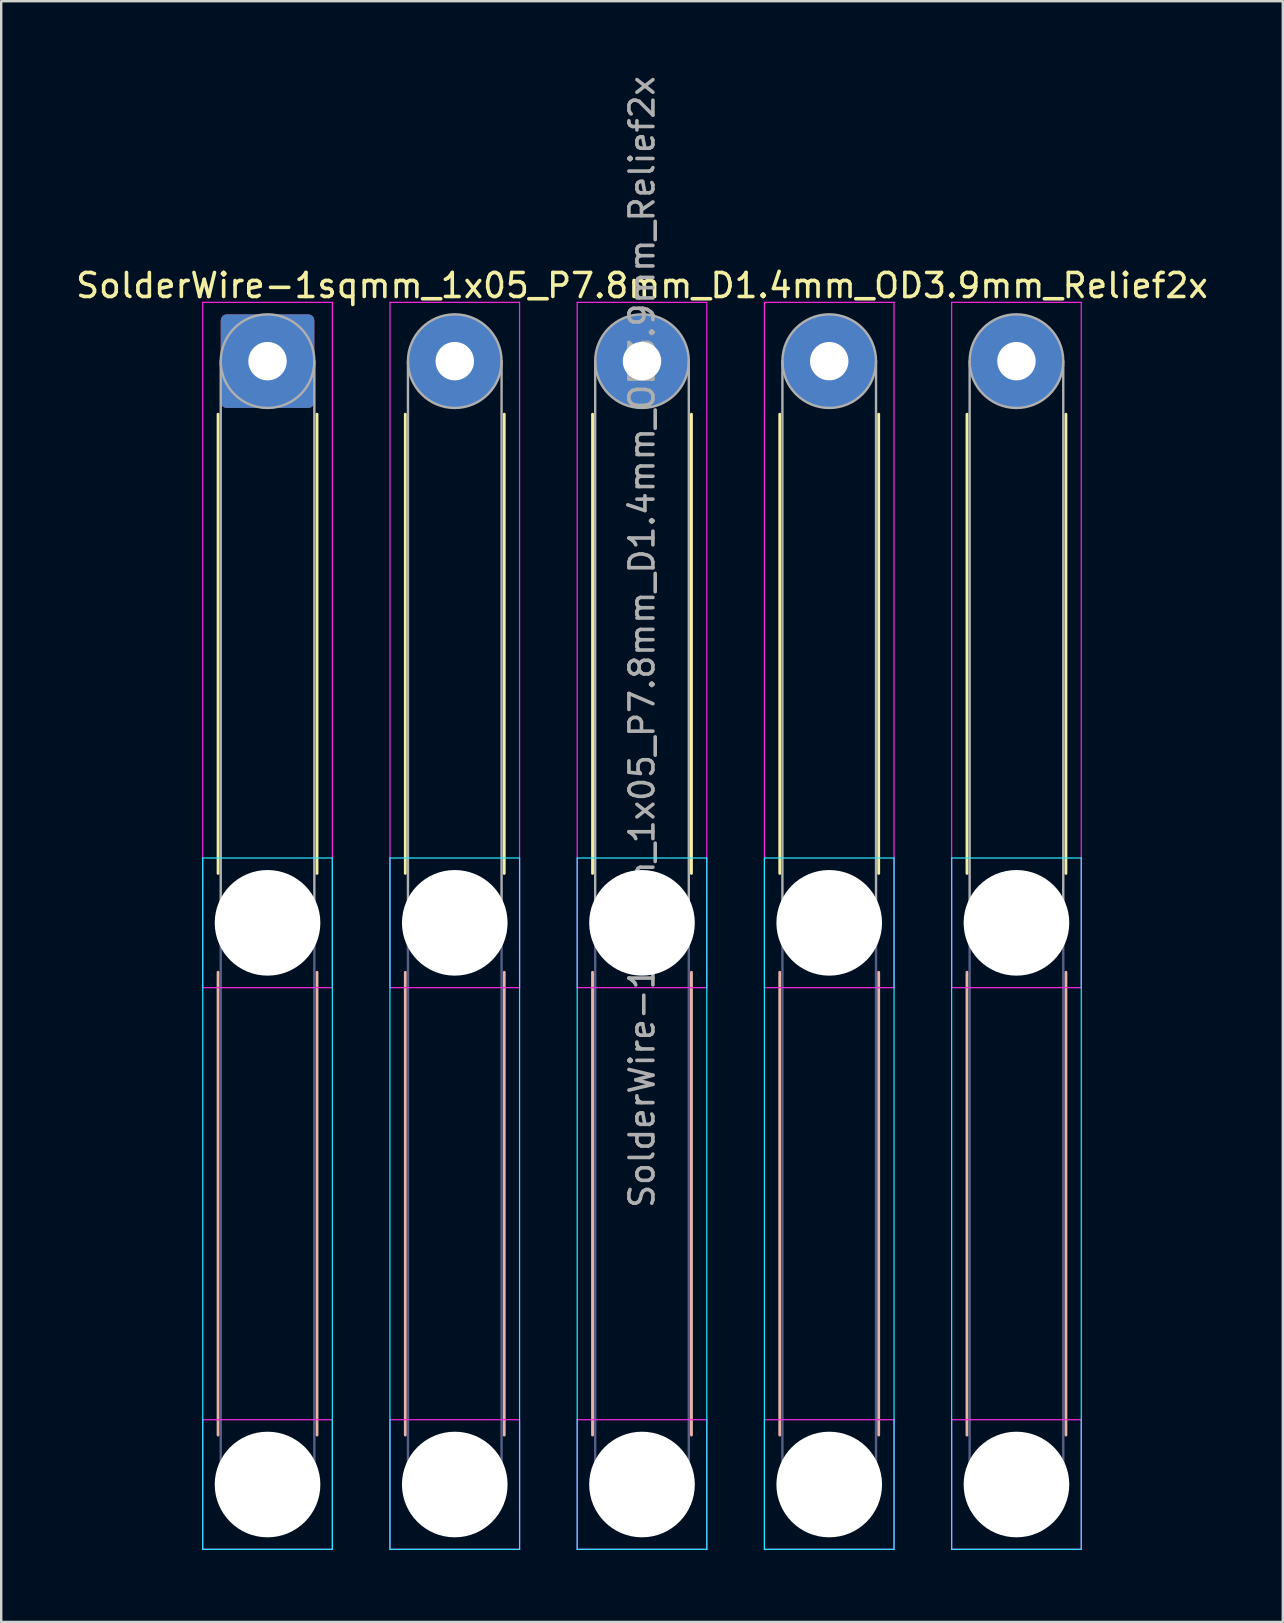
<source format=kicad_pcb>
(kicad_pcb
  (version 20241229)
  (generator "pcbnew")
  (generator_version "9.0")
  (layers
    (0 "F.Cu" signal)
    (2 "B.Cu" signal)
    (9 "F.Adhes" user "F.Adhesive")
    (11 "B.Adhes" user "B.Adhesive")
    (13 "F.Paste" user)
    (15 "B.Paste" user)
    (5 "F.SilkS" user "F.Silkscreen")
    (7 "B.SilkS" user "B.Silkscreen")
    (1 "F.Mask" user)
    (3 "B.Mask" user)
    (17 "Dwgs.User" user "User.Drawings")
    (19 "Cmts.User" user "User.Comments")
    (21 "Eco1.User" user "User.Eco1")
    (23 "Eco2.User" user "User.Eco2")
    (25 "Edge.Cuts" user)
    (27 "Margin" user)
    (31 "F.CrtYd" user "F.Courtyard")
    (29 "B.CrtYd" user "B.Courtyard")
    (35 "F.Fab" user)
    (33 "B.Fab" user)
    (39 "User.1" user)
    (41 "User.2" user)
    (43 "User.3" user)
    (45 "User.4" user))
  (footprint "SolderWire-1sqmm_1x05_P7.8mm_D1.4mm_OD3.9mm_Relief2x"
    (layer "F.Cu")
    (at 8.096 11.996)
    (property "Reference" "SolderWire-1sqmm_1x05_P7.8mm_D1.4mm_OD3.9mm_Relief2x" (at 15.6 -3.15 0) (layer "F.SilkS") (effects (font (size 1 1) (thickness 0.15))))
    (attr exclude_from_pos_files exclude_from_bom)
    (fp_line (start -2.06 2.21) (end -2.06 21.34) (stroke (width 0.12) (type solid)) (layer "F.SilkS"))
    (fp_line (start 2.06 2.21) (end 2.06 21.34) (stroke (width 0.12) (type solid)) (layer "F.SilkS"))
    (fp_line (start 5.74 2.21) (end 5.74 21.34) (stroke (width 0.12) (type solid)) (layer "F.SilkS"))
    (fp_line (start 9.86 2.21) (end 9.86 21.34) (stroke (width 0.12) (type solid)) (layer "F.SilkS"))
    (fp_line (start 13.54 2.21) (end 13.54 21.34) (stroke (width 0.12) (type solid)) (layer "F.SilkS"))
    (fp_line (start 17.66 2.21) (end 17.66 21.34) (stroke (width 0.12) (type solid)) (layer "F.SilkS"))
    (fp_line (start 21.34 2.21) (end 21.34 21.34) (stroke (width 0.12) (type solid)) (layer "F.SilkS"))
    (fp_line (start 25.46 2.21) (end 25.46 21.34) (stroke (width 0.12) (type solid)) (layer "F.SilkS"))
    (fp_line (start 29.14 2.21) (end 29.14 21.34) (stroke (width 0.12) (type solid)) (layer "F.SilkS"))
    (fp_line (start 33.26 2.21) (end 33.26 21.34) (stroke (width 0.12) (type solid)) (layer "F.SilkS"))
    (fp_line (start -2.06 25.46) (end -2.06 44.74) (stroke (width 0.12) (type solid)) (layer "B.SilkS"))
    (fp_line (start 2.06 25.46) (end 2.06 44.74) (stroke (width 0.12) (type solid)) (layer "B.SilkS"))
    (fp_line (start 5.74 25.46) (end 5.74 44.74) (stroke (width 0.12) (type solid)) (layer "B.SilkS"))
    (fp_line (start 9.86 25.46) (end 9.86 44.74) (stroke (width 0.12) (type solid)) (layer "B.SilkS"))
    (fp_line (start 13.54 25.46) (end 13.54 44.74) (stroke (width 0.12) (type solid)) (layer "B.SilkS"))
    (fp_line (start 17.66 25.46) (end 17.66 44.74) (stroke (width 0.12) (type solid)) (layer "B.SilkS"))
    (fp_line (start 21.34 25.46) (end 21.34 44.74) (stroke (width 0.12) (type solid)) (layer "B.SilkS"))
    (fp_line (start 25.46 25.46) (end 25.46 44.74) (stroke (width 0.12) (type solid)) (layer "B.SilkS"))
    (fp_line (start 29.14 25.46) (end 29.14 44.74) (stroke (width 0.12) (type solid)) (layer "B.SilkS"))
    (fp_line (start 33.26 25.46) (end 33.26 44.74) (stroke (width 0.12) (type solid)) (layer "B.SilkS"))
    (fp_line (start -2.7 20.7) (end -2.7 49.5) (stroke (width 0.05) (type solid)) (layer "B.CrtYd"))
    (fp_line (start -2.7 49.5) (end 2.7 49.5) (stroke (width 0.05) (type solid)) (layer "B.CrtYd"))
    (fp_line (start 2.7 20.7) (end -2.7 20.7) (stroke (width 0.05) (type solid)) (layer "B.CrtYd"))
    (fp_line (start 2.7 49.5) (end 2.7 20.7) (stroke (width 0.05) (type solid)) (layer "B.CrtYd"))
    (fp_line (start 5.1 20.7) (end 5.1 49.5) (stroke (width 0.05) (type solid)) (layer "B.CrtYd"))
    (fp_line (start 5.1 49.5) (end 10.5 49.5) (stroke (width 0.05) (type solid)) (layer "B.CrtYd"))
    (fp_line (start 10.5 20.7) (end 5.1 20.7) (stroke (width 0.05) (type solid)) (layer "B.CrtYd"))
    (fp_line (start 10.5 49.5) (end 10.5 20.7) (stroke (width 0.05) (type solid)) (layer "B.CrtYd"))
    (fp_line (start 12.9 20.7) (end 12.9 49.5) (stroke (width 0.05) (type solid)) (layer "B.CrtYd"))
    (fp_line (start 12.9 49.5) (end 18.3 49.5) (stroke (width 0.05) (type solid)) (layer "B.CrtYd"))
    (fp_line (start 18.3 20.7) (end 12.9 20.7) (stroke (width 0.05) (type solid)) (layer "B.CrtYd"))
    (fp_line (start 18.3 49.5) (end 18.3 20.7) (stroke (width 0.05) (type solid)) (layer "B.CrtYd"))
    (fp_line (start 20.7 20.7) (end 20.7 49.5) (stroke (width 0.05) (type solid)) (layer "B.CrtYd"))
    (fp_line (start 20.7 49.5) (end 26.1 49.5) (stroke (width 0.05) (type solid)) (layer "B.CrtYd"))
    (fp_line (start 26.1 20.7) (end 20.7 20.7) (stroke (width 0.05) (type solid)) (layer "B.CrtYd"))
    (fp_line (start 26.1 49.5) (end 26.1 20.7) (stroke (width 0.05) (type solid)) (layer "B.CrtYd"))
    (fp_line (start 28.5 20.7) (end 28.5 49.5) (stroke (width 0.05) (type solid)) (layer "B.CrtYd"))
    (fp_line (start 28.5 49.5) (end 33.9 49.5) (stroke (width 0.05) (type solid)) (layer "B.CrtYd"))
    (fp_line (start 33.9 20.7) (end 28.5 20.7) (stroke (width 0.05) (type solid)) (layer "B.CrtYd"))
    (fp_line (start 33.9 49.5) (end 33.9 20.7) (stroke (width 0.05) (type solid)) (layer "B.CrtYd"))
    (fp_line (start -2.7 -2.45) (end -2.7 26.1) (stroke (width 0.05) (type solid)) (layer "F.CrtYd"))
    (fp_line (start -2.7 26.1) (end 2.7 26.1) (stroke (width 0.05) (type solid)) (layer "F.CrtYd"))
    (fp_line (start -2.7 44.1) (end -2.7 49.5) (stroke (width 0.05) (type solid)) (layer "F.CrtYd"))
    (fp_line (start -2.7 49.5) (end 2.7 49.5) (stroke (width 0.05) (type solid)) (layer "F.CrtYd"))
    (fp_line (start 2.7 -2.45) (end -2.7 -2.45) (stroke (width 0.05) (type solid)) (layer "F.CrtYd"))
    (fp_line (start 2.7 26.1) (end 2.7 -2.45) (stroke (width 0.05) (type solid)) (layer "F.CrtYd"))
    (fp_line (start 2.7 44.1) (end -2.7 44.1) (stroke (width 0.05) (type solid)) (layer "F.CrtYd"))
    (fp_line (start 2.7 49.5) (end 2.7 44.1) (stroke (width 0.05) (type solid)) (layer "F.CrtYd"))
    (fp_line (start 5.1 -2.45) (end 5.1 26.1) (stroke (width 0.05) (type solid)) (layer "F.CrtYd"))
    (fp_line (start 5.1 26.1) (end 10.5 26.1) (stroke (width 0.05) (type solid)) (layer "F.CrtYd"))
    (fp_line (start 5.1 44.1) (end 5.1 49.5) (stroke (width 0.05) (type solid)) (layer "F.CrtYd"))
    (fp_line (start 5.1 49.5) (end 10.5 49.5) (stroke (width 0.05) (type solid)) (layer "F.CrtYd"))
    (fp_line (start 10.5 -2.45) (end 5.1 -2.45) (stroke (width 0.05) (type solid)) (layer "F.CrtYd"))
    (fp_line (start 10.5 26.1) (end 10.5 -2.45) (stroke (width 0.05) (type solid)) (layer "F.CrtYd"))
    (fp_line (start 10.5 44.1) (end 5.1 44.1) (stroke (width 0.05) (type solid)) (layer "F.CrtYd"))
    (fp_line (start 10.5 49.5) (end 10.5 44.1) (stroke (width 0.05) (type solid)) (layer "F.CrtYd"))
    (fp_line (start 12.9 -2.45) (end 12.9 26.1) (stroke (width 0.05) (type solid)) (layer "F.CrtYd"))
    (fp_line (start 12.9 26.1) (end 18.3 26.1) (stroke (width 0.05) (type solid)) (layer "F.CrtYd"))
    (fp_line (start 12.9 44.1) (end 12.9 49.5) (stroke (width 0.05) (type solid)) (layer "F.CrtYd"))
    (fp_line (start 12.9 49.5) (end 18.3 49.5) (stroke (width 0.05) (type solid)) (layer "F.CrtYd"))
    (fp_line (start 18.3 -2.45) (end 12.9 -2.45) (stroke (width 0.05) (type solid)) (layer "F.CrtYd"))
    (fp_line (start 18.3 26.1) (end 18.3 -2.45) (stroke (width 0.05) (type solid)) (layer "F.CrtYd"))
    (fp_line (start 18.3 44.1) (end 12.9 44.1) (stroke (width 0.05) (type solid)) (layer "F.CrtYd"))
    (fp_line (start 18.3 49.5) (end 18.3 44.1) (stroke (width 0.05) (type solid)) (layer "F.CrtYd"))
    (fp_line (start 20.7 -2.45) (end 20.7 26.1) (stroke (width 0.05) (type solid)) (layer "F.CrtYd"))
    (fp_line (start 20.7 26.1) (end 26.1 26.1) (stroke (width 0.05) (type solid)) (layer "F.CrtYd"))
    (fp_line (start 20.7 44.1) (end 20.7 49.5) (stroke (width 0.05) (type solid)) (layer "F.CrtYd"))
    (fp_line (start 20.7 49.5) (end 26.1 49.5) (stroke (width 0.05) (type solid)) (layer "F.CrtYd"))
    (fp_line (start 26.1 -2.45) (end 20.7 -2.45) (stroke (width 0.05) (type solid)) (layer "F.CrtYd"))
    (fp_line (start 26.1 26.1) (end 26.1 -2.45) (stroke (width 0.05) (type solid)) (layer "F.CrtYd"))
    (fp_line (start 26.1 44.1) (end 20.7 44.1) (stroke (width 0.05) (type solid)) (layer "F.CrtYd"))
    (fp_line (start 26.1 49.5) (end 26.1 44.1) (stroke (width 0.05) (type solid)) (layer "F.CrtYd"))
    (fp_line (start 28.5 -2.45) (end 28.5 26.1) (stroke (width 0.05) (type solid)) (layer "F.CrtYd"))
    (fp_line (start 28.5 26.1) (end 33.9 26.1) (stroke (width 0.05) (type solid)) (layer "F.CrtYd"))
    (fp_line (start 28.5 44.1) (end 28.5 49.5) (stroke (width 0.05) (type solid)) (layer "F.CrtYd"))
    (fp_line (start 28.5 49.5) (end 33.9 49.5) (stroke (width 0.05) (type solid)) (layer "F.CrtYd"))
    (fp_line (start 33.9 -2.45) (end 28.5 -2.45) (stroke (width 0.05) (type solid)) (layer "F.CrtYd"))
    (fp_line (start 33.9 26.1) (end 33.9 -2.45) (stroke (width 0.05) (type solid)) (layer "F.CrtYd"))
    (fp_line (start 33.9 44.1) (end 28.5 44.1) (stroke (width 0.05) (type solid)) (layer "F.CrtYd"))
    (fp_line (start 33.9 49.5) (end 33.9 44.1) (stroke (width 0.05) (type solid)) (layer "F.CrtYd"))
    (fp_line (start -1.95 23.4) (end -1.95 46.8) (stroke (width 0.1) (type solid)) (layer "B.Fab"))
    (fp_line (start 1.95 23.4) (end 1.95 46.8) (stroke (width 0.1) (type solid)) (layer "B.Fab"))
    (fp_line (start 5.85 23.4) (end 5.85 46.8) (stroke (width 0.1) (type solid)) (layer "B.Fab"))
    (fp_line (start 9.75 23.4) (end 9.75 46.8) (stroke (width 0.1) (type solid)) (layer "B.Fab"))
    (fp_line (start 13.65 23.4) (end 13.65 46.8) (stroke (width 0.1) (type solid)) (layer "B.Fab"))
    (fp_line (start 17.55 23.4) (end 17.55 46.8) (stroke (width 0.1) (type solid)) (layer "B.Fab"))
    (fp_line (start 21.45 23.4) (end 21.45 46.8) (stroke (width 0.1) (type solid)) (layer "B.Fab"))
    (fp_line (start 25.35 23.4) (end 25.35 46.8) (stroke (width 0.1) (type solid)) (layer "B.Fab"))
    (fp_line (start 29.25 23.4) (end 29.25 46.8) (stroke (width 0.1) (type solid)) (layer "B.Fab"))
    (fp_line (start 33.15 23.4) (end 33.15 46.8) (stroke (width 0.1) (type solid)) (layer "B.Fab"))
    (fp_circle (center 0 23.4) (end 1.95 23.4) (stroke (width 0.1) (type solid)) (fill no) (layer "B.Fab"))
    (fp_circle (center 0 46.8) (end 1.95 46.8) (stroke (width 0.1) (type solid)) (fill no) (layer "B.Fab"))
    (fp_circle (center 7.8 23.4) (end 9.75 23.4) (stroke (width 0.1) (type solid)) (fill no) (layer "B.Fab"))
    (fp_circle (center 7.8 46.8) (end 9.75 46.8) (stroke (width 0.1) (type solid)) (fill no) (layer "B.Fab"))
    (fp_circle (center 15.6 23.4) (end 17.55 23.4) (stroke (width 0.1) (type solid)) (fill no) (layer "B.Fab"))
    (fp_circle (center 15.6 46.8) (end 17.55 46.8) (stroke (width 0.1) (type solid)) (fill no) (layer "B.Fab"))
    (fp_circle (center 23.4 23.4) (end 25.35 23.4) (stroke (width 0.1) (type solid)) (fill no) (layer "B.Fab"))
    (fp_circle (center 23.4 46.8) (end 25.35 46.8) (stroke (width 0.1) (type solid)) (fill no) (layer "B.Fab"))
    (fp_circle (center 31.2 23.4) (end 33.15 23.4) (stroke (width 0.1) (type solid)) (fill no) (layer "B.Fab"))
    (fp_circle (center 31.2 46.8) (end 33.15 46.8) (stroke (width 0.1) (type solid)) (fill no) (layer "B.Fab"))
    (fp_line (start -1.95 0) (end -1.95 23.4) (stroke (width 0.1) (type solid)) (layer "F.Fab"))
    (fp_line (start 1.95 0) (end 1.95 23.4) (stroke (width 0.1) (type solid)) (layer "F.Fab"))
    (fp_line (start 5.85 0) (end 5.85 23.4) (stroke (width 0.1) (type solid)) (layer "F.Fab"))
    (fp_line (start 9.75 0) (end 9.75 23.4) (stroke (width 0.1) (type solid)) (layer "F.Fab"))
    (fp_line (start 13.65 0) (end 13.65 23.4) (stroke (width 0.1) (type solid)) (layer "F.Fab"))
    (fp_line (start 17.55 0) (end 17.55 23.4) (stroke (width 0.1) (type solid)) (layer "F.Fab"))
    (fp_line (start 21.45 0) (end 21.45 23.4) (stroke (width 0.1) (type solid)) (layer "F.Fab"))
    (fp_line (start 25.35 0) (end 25.35 23.4) (stroke (width 0.1) (type solid)) (layer "F.Fab"))
    (fp_line (start 29.25 0) (end 29.25 23.4) (stroke (width 0.1) (type solid)) (layer "F.Fab"))
    (fp_line (start 33.15 0) (end 33.15 23.4) (stroke (width 0.1) (type solid)) (layer "F.Fab"))
    (fp_circle (center 0 0) (end 1.95 0) (stroke (width 0.1) (type solid)) (fill no) (layer "F.Fab"))
    (fp_circle (center 0 23.4) (end 1.95 23.4) (stroke (width 0.1) (type solid)) (fill no) (layer "F.Fab"))
    (fp_circle (center 0 46.8) (end 1.95 46.8) (stroke (width 0.1) (type solid)) (fill no) (layer "F.Fab"))
    (fp_circle (center 7.8 0) (end 9.75 0) (stroke (width 0.1) (type solid)) (fill no) (layer "F.Fab"))
    (fp_circle (center 7.8 23.4) (end 9.75 23.4) (stroke (width 0.1) (type solid)) (fill no) (layer "F.Fab"))
    (fp_circle (center 7.8 46.8) (end 9.75 46.8) (stroke (width 0.1) (type solid)) (fill no) (layer "F.Fab"))
    (fp_circle (center 15.6 0) (end 17.55 0) (stroke (width 0.1) (type solid)) (fill no) (layer "F.Fab"))
    (fp_circle (center 15.6 23.4) (end 17.55 23.4) (stroke (width 0.1) (type solid)) (fill no) (layer "F.Fab"))
    (fp_circle (center 15.6 46.8) (end 17.55 46.8) (stroke (width 0.1) (type solid)) (fill no) (layer "F.Fab"))
    (fp_circle (center 23.4 0) (end 25.35 0) (stroke (width 0.1) (type solid)) (fill no) (layer "F.Fab"))
    (fp_circle (center 23.4 23.4) (end 25.35 23.4) (stroke (width 0.1) (type solid)) (fill no) (layer "F.Fab"))
    (fp_circle (center 23.4 46.8) (end 25.35 46.8) (stroke (width 0.1) (type solid)) (fill no) (layer "F.Fab"))
    (fp_circle (center 31.2 0) (end 33.15 0) (stroke (width 0.1) (type solid)) (fill no) (layer "F.Fab"))
    (fp_circle (center 31.2 23.4) (end 33.15 23.4) (stroke (width 0.1) (type solid)) (fill no) (layer "F.Fab"))
    (fp_circle (center 31.2 46.8) (end 33.15 46.8) (stroke (width 0.1) (type solid)) (fill no) (layer "F.Fab"))
    (fp_text user "${REFERENCE}" (at 15.6 11.7 90) (layer "F.Fab") (effects (font (size 1 1) (thickness 0.15))))
    (pad "" np_thru_hole circle (at 0 23.4) (size 4.4 4.4) (drill 4.4) (layers "*.Cu" "*.Mask"))
    (pad "" np_thru_hole circle (at 0 46.8) (size 4.4 4.4) (drill 4.4) (layers "*.Cu" "*.Mask"))
    (pad "" np_thru_hole circle (at 7.8 23.4) (size 4.4 4.4) (drill 4.4) (layers "*.Cu" "*.Mask"))
    (pad "" np_thru_hole circle (at 7.8 46.8) (size 4.4 4.4) (drill 4.4) (layers "*.Cu" "*.Mask"))
    (pad "" np_thru_hole circle (at 15.6 23.4) (size 4.4 4.4) (drill 4.4) (layers "*.Cu" "*.Mask"))
    (pad "" np_thru_hole circle (at 15.6 46.8) (size 4.4 4.4) (drill 4.4) (layers "*.Cu" "*.Mask"))
    (pad "" np_thru_hole circle (at 23.4 23.4) (size 4.4 4.4) (drill 4.4) (layers "*.Cu" "*.Mask"))
    (pad "" np_thru_hole circle (at 23.4 46.8) (size 4.4 4.4) (drill 4.4) (layers "*.Cu" "*.Mask"))
    (pad "" np_thru_hole circle (at 31.2 23.4) (size 4.4 4.4) (drill 4.4) (layers "*.Cu" "*.Mask"))
    (pad "" np_thru_hole circle (at 31.2 46.8) (size 4.4 4.4) (drill 4.4) (layers "*.Cu" "*.Mask"))
    (pad "1" thru_hole roundrect (at 0 0) (size 3.9 3.9) (drill 1.6) (layers "*.Cu" "*.Mask") (roundrect_rratio 0.064))
    (pad "2" thru_hole circle (at 7.8 0) (size 3.9 3.9) (drill 1.6) (layers "*.Cu" "*.Mask"))
    (pad "3" thru_hole circle (at 15.6 0) (size 3.9 3.9) (drill 1.6) (layers "*.Cu" "*.Mask"))
    (pad "4" thru_hole circle (at 23.4 0) (size 3.9 3.9) (drill 1.6) (layers "*.Cu" "*.Mask"))
    (pad "5" thru_hole circle (at 31.2 0) (size 3.9 3.9) (drill 1.6) (layers "*.Cu" "*.Mask")))
  (gr_rect
    (start -3 -3)
    (end 50.393 64.521)
    (stroke (width 0.1) (type default))
    (fill no)
    (layer "Edge.Cuts")))
</source>
